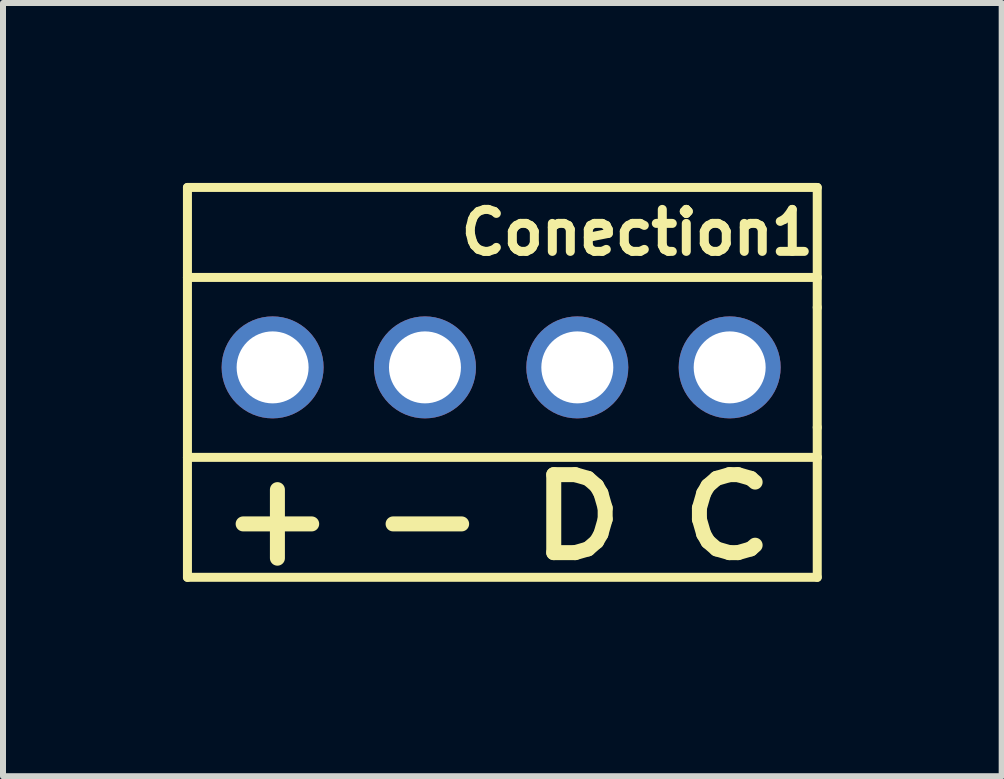
<source format=kicad_pcb>
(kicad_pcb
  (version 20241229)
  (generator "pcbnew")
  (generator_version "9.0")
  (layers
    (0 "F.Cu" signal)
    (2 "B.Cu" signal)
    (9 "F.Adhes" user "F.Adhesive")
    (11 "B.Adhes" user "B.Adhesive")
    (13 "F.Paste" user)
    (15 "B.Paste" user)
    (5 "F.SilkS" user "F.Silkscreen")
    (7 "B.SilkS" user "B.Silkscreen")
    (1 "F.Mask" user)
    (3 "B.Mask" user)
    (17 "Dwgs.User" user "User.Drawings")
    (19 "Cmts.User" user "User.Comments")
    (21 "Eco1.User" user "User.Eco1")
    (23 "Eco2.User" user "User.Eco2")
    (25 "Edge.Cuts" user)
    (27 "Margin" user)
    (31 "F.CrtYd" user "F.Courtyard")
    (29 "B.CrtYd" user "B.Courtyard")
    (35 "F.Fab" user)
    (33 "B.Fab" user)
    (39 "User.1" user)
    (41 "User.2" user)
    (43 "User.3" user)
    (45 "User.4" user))
  (footprint "Conection1"
    (layer "F.Cu")
    (at 6.575 3.075)
    (property "Reference" "Conection1" (at 1 -2.25 0) (layer "F.SilkS") (effects (font (size 0.7 0.7) (thickness 0.15))))
    (attr through_hole)
    (fp_line (start -6.5 -3) (end -6.5 -1.5) (stroke (width 0.15) (type solid)) (layer "F.SilkS"))
    (fp_line (start -6.5 1.5) (end -6.5 -1.5) (stroke (width 0.15) (type solid)) (layer "F.SilkS"))
    (fp_line (start -6.5 1.5) (end -6.5 3.5) (stroke (width 0.15) (type solid)) (layer "F.SilkS"))
    (fp_line (start -6.5 1.5) (end 4 1.5) (stroke (width 0.15) (type solid)) (layer "F.SilkS"))
    (fp_line (start -6.5 3.5) (end 4 3.5) (stroke (width 0.15) (type solid)) (layer "F.SilkS"))
    (fp_line (start 4 -3) (end -6.5 -3) (stroke (width 0.15) (type solid)) (layer "F.SilkS"))
    (fp_line (start 4 -1.5) (end -6.5 -1.5) (stroke (width 0.15) (type solid)) (layer "F.SilkS"))
    (fp_line (start 4 -1.5) (end 4 -3) (stroke (width 0.15) (type solid)) (layer "F.SilkS"))
    (fp_line (start 4 -1.5) (end 4 -1) (stroke (width 0.15) (type solid)) (layer "F.SilkS"))
    (fp_line (start 4 -1) (end 4 1) (stroke (width 0.15) (type solid)) (layer "F.SilkS"))
    (fp_line (start 4 1) (end 4 1.5) (stroke (width 0.15) (type solid)) (layer "F.SilkS"))
    (fp_line (start 4 3.5) (end 4 1.5) (stroke (width 0.15) (type solid)) (layer "F.SilkS"))
    (fp_text user "D" (at 0 2.5 0) (layer "F.SilkS") (effects (font (size 1.3 1.5) (thickness 0.25))))
    (fp_text user "C" (at 2.5 2.5 0) (layer "F.SilkS") (effects (font (size 1.3 1.5) (thickness 0.25))))
    (fp_text user "-" (at -2.5 2.5 0) (layer "F.SilkS") (effects (font (size 1.5 1.5) (thickness 0.25))))
    (fp_text user "+" (at -5 2.5 0) (layer "F.SilkS") (effects (font (size 1.5 1.5) (thickness 0.25))))
    (pad "1" thru_hole circle (at -5.08 0) (size 1.7 1.7) (drill 1.2) (layers "*.Cu" "*.Mask"))
    (pad "2" thru_hole circle (at -2.54 0) (size 1.7 1.7) (drill 1.2) (layers "*.Cu" "*.Mask"))
    (pad "3" thru_hole circle (at 0 0) (size 1.7 1.7) (drill 1.2) (layers "*.Cu" "*.Mask"))
    (pad "4" thru_hole circle (at 2.54 0) (size 1.7 1.7) (drill 1.2) (layers "*.Cu" "*.Mask")))
  (gr_rect
    (start -3 -3)
    (end 13.65 9.891)
    (stroke (width 0.1) (type default))
    (fill no)
    (layer "Edge.Cuts")))
</source>
